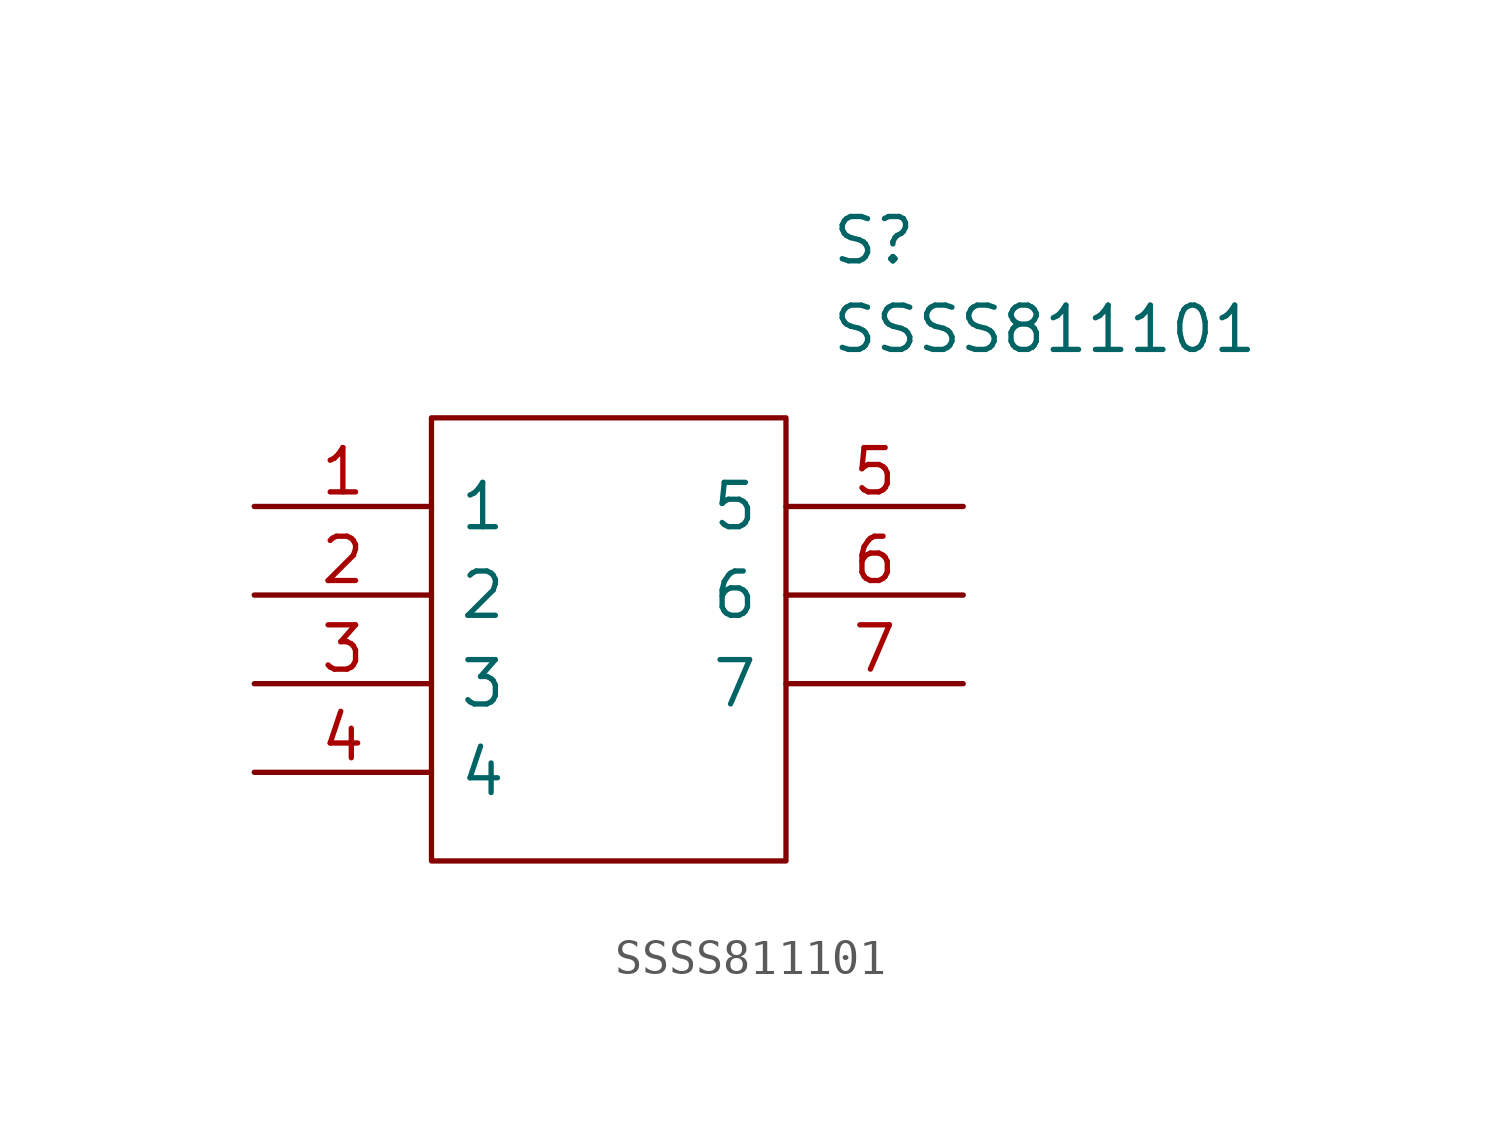
<source format=kicad_sym>
(kicad_symbol_lib
  (version 20220914)
  (generator kicad_symbol_editor)
  (symbol "SSSS811101"
    (pin_names
      (offset 0.762))
    (property "Reference" "S"
      (at 16.51 7.62 0)
      (effects (font (size 1.27 1.27)) (justify left)))
    (property "Value" "SSSS811101"
      (at 16.51 5.08 0)
      (effects (font (size 1.27 1.27)) (justify left)))
    (symbol "SSSS811101_0_0"
      (pin passive line (at 0 0 0) (length 5.08) (name "1" (effects (font (size 1.27 1.27)))) (number "1" (effects (font (size 1.27 1.27)))))
      (pin passive line (at 0 -2.54 0) (length 5.08) (name "2" (effects (font (size 1.27 1.27)))) (number "2" (effects (font (size 1.27 1.27)))))
      (pin passive line (at 0 -5.08 0) (length 5.08) (name "3" (effects (font (size 1.27 1.27)))) (number "3" (effects (font (size 1.27 1.27)))))
      (pin passive line (at 0 -7.62 0) (length 5.08) (name "4" (effects (font (size 1.27 1.27)))) (number "4" (effects (font (size 1.27 1.27)))))
      (pin passive line (at 20.32 0 180) (length 5.08) (name "5" (effects (font (size 1.27 1.27)))) (number "5" (effects (font (size 1.27 1.27)))))
      (pin passive line (at 20.32 -2.54 180) (length 5.08) (name "6" (effects (font (size 1.27 1.27)))) (number "6" (effects (font (size 1.27 1.27)))))
      (pin passive line (at 20.32 -5.08 180) (length 5.08) (name "7" (effects (font (size 1.27 1.27)))) (number "7" (effects (font (size 1.27 1.27))))))
    (symbol "SSSS811101_0_1"
      (polyline (pts (xy 5.08 2.54) (xy 15.24 2.54) (xy 15.24 -10.16) (xy 5.08 -10.16) (xy 5.08 2.54)) (stroke (width 0.152) (type solid)) (fill (type none))))))
</source>
